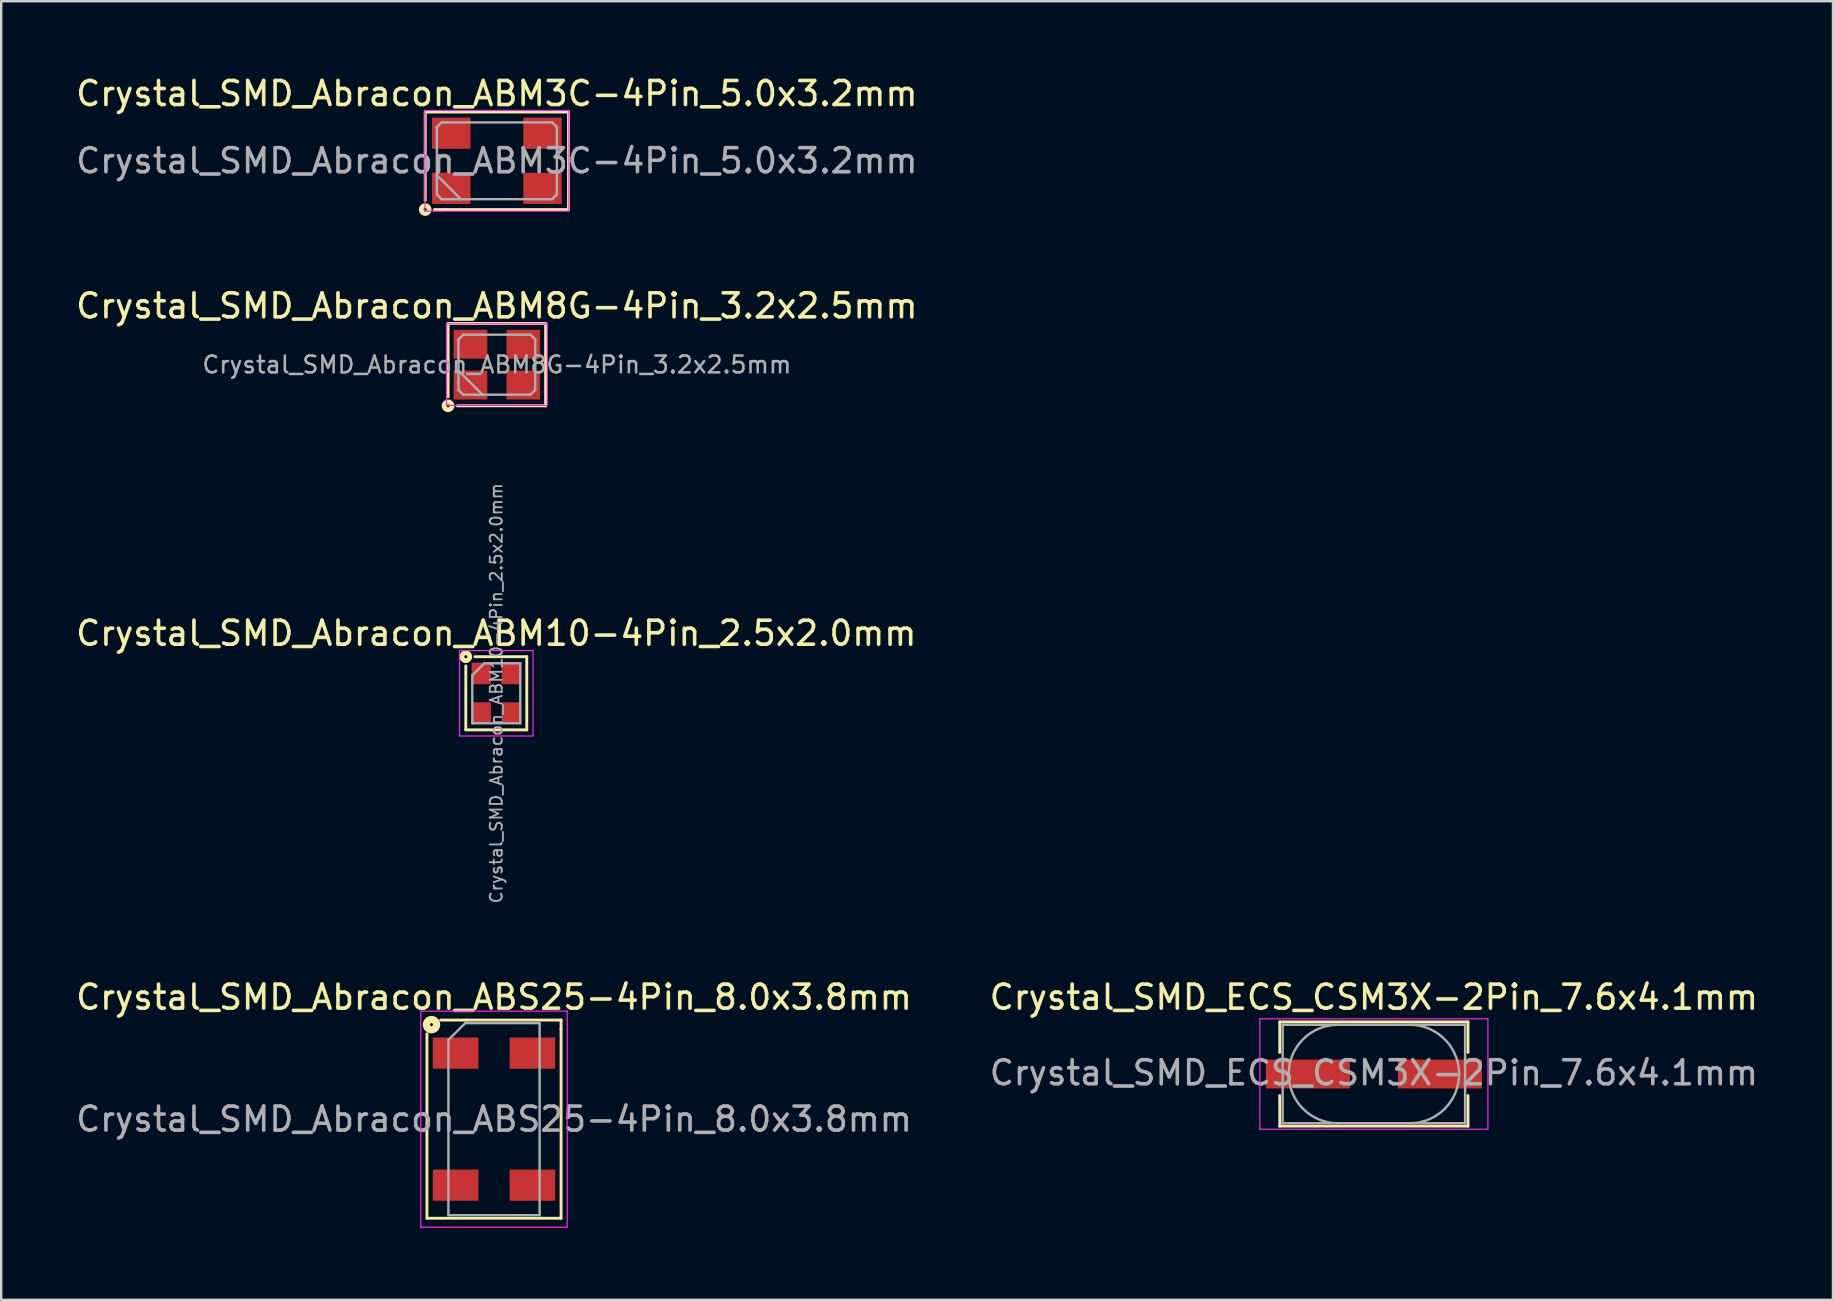
<source format=kicad_pcb>
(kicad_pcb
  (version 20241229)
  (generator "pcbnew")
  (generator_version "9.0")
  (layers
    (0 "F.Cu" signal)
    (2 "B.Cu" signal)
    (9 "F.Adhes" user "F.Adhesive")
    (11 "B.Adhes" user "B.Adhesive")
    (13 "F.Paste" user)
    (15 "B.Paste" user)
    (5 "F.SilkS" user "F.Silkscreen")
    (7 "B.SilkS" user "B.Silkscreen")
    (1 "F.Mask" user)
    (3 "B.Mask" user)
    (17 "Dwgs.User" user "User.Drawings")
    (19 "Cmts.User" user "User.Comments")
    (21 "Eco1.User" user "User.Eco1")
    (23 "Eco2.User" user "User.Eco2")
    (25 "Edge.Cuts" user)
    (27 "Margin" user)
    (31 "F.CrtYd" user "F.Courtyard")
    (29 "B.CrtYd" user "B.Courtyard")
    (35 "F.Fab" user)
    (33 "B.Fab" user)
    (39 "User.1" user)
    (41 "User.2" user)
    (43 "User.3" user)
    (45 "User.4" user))
  (footprint "Crystal_SMD_ECS_CSM3X-2Pin_7.6x4.1mm"
    (layer "F.Cu")
    (at 54.185 41.693)
    (property "Reference" "Crystal_SMD_ECS_CSM3X-2Pin_7.6x4.1mm" (at 0 -3.2 0) (layer "F.SilkS") (effects (font (size 1 1) (thickness 0.15))))
    (attr smd)
    (fp_line (start -3.92 -2.17) (end -3.92 -0.9) (stroke (width 0.12) (type solid)) (layer "F.SilkS"))
    (fp_line (start -3.92 -2.17) (end 3.92 -2.17) (stroke (width 0.12) (type solid)) (layer "F.SilkS"))
    (fp_line (start -3.92 2.17) (end -3.92 0.9) (stroke (width 0.12) (type solid)) (layer "F.SilkS"))
    (fp_line (start -3.92 2.17) (end 3.92 2.17) (stroke (width 0.12) (type solid)) (layer "F.SilkS"))
    (fp_line (start 3.92 -2.17) (end 3.92 -0.9) (stroke (width 0.12) (type solid)) (layer "F.SilkS"))
    (fp_line (start 3.92 2.17) (end 3.92 0.9) (stroke (width 0.12) (type solid)) (layer "F.SilkS"))
    (fp_line (start -4.75 -2.3) (end -4.75 2.3) (stroke (width 0.05) (type solid)) (layer "F.CrtYd"))
    (fp_line (start -4.75 -2.3) (end 4.75 -2.3) (stroke (width 0.05) (type solid)) (layer "F.CrtYd"))
    (fp_line (start -4.75 2.3) (end 4.75 2.3) (stroke (width 0.05) (type solid)) (layer "F.CrtYd"))
    (fp_line (start 4.75 -2.3) (end 4.75 2.3) (stroke (width 0.05) (type solid)) (layer "F.CrtYd"))
    (fp_line (start -3.8 -2.05) (end 3.8 -2.05) (stroke (width 0.1) (type solid)) (layer "F.Fab"))
    (fp_line (start -3.8 2.05) (end -3.8 -2.05) (stroke (width 0.1) (type solid)) (layer "F.Fab"))
    (fp_line (start 3.8 -2.05) (end 3.8 2.05) (stroke (width 0.1) (type solid)) (layer "F.Fab"))
    (fp_line (start 3.8 2.05) (end -3.8 2.05) (stroke (width 0.1) (type solid)) (layer "F.Fab"))
    (fp_arc (start -1.5 2.05) (mid -3.55 0) (end -1.5 -2.05) (stroke (width 0.1) (type solid)) (layer "F.Fab"))
    (fp_arc (start 1.5 -2.05) (mid 3.55 0) (end 1.5 2.05) (stroke (width 0.1) (type solid)) (layer "F.Fab"))
    (fp_text user "${REFERENCE}" (at 0 -0.05 0) (layer "F.Fab") (effects (font (size 1 1) (thickness 0.15))))
    (pad "1" smd rect (at -2.75 0) (size 3.5 1.2) (layers "F.Cu" "F.Mask" "F.Paste"))
    (pad "2" smd rect (at 2.75 0) (size 3.5 1.2) (layers "F.Cu" "F.Mask" "F.Paste")))
  (footprint "Crystal_SMD_Abracon_ABM3C-4Pin_5.0x3.2mm"
    (layer "F.Cu")
    (at 17.649 3.648)
    (property "Reference" "Crystal_SMD_Abracon_ABM3C-4Pin_5.0x3.2mm" (at 0 -2.8 0) (layer "F.SilkS") (effects (font (size 1 1) (thickness 0.15))))
    (attr smd)
    (fp_line (start -2.985 -2.032) (end 2.985 -2.032) (stroke (width 0.12) (type solid)) (layer "F.SilkS"))
    (fp_line (start -2.985 1.651) (end -2.985 -2.032) (stroke (width 0.12) (type solid)) (layer "F.SilkS"))
    (fp_line (start -2.603 2.032) (end -2.159 2.032) (stroke (width 0.12) (type solid)) (layer "F.SilkS"))
    (fp_line (start 2.985 -2.032) (end 2.985 2.032) (stroke (width 0.12) (type solid)) (layer "F.SilkS"))
    (fp_line (start 2.985 2.032) (end -2.159 2.032) (stroke (width 0.12) (type solid)) (layer "F.SilkS"))
    (fp_circle (center -2.985 2.032) (end -2.921 2.032) (stroke (width 0.2) (type solid)) (fill no) (layer "F.SilkS"))
    (fp_line (start -3 -2.1) (end -3 2.1) (stroke (width 0.05) (type solid)) (layer "F.CrtYd"))
    (fp_line (start -3 2.1) (end 3 2.1) (stroke (width 0.05) (type solid)) (layer "F.CrtYd"))
    (fp_line (start 3 -2.1) (end -3 -2.1) (stroke (width 0.05) (type solid)) (layer "F.CrtYd"))
    (fp_line (start 3 2.1) (end 3 -2.1) (stroke (width 0.05) (type solid)) (layer "F.CrtYd"))
    (fp_line (start -2.5 -1.4) (end -2.3 -1.6) (stroke (width 0.1) (type solid)) (layer "F.Fab"))
    (fp_line (start -2.5 0.6) (end -1.5 1.6) (stroke (width 0.1) (type solid)) (layer "F.Fab"))
    (fp_line (start -2.5 1.4) (end -2.5 -1.4) (stroke (width 0.1) (type solid)) (layer "F.Fab"))
    (fp_line (start -2.3 -1.6) (end 2.3 -1.6) (stroke (width 0.1) (type solid)) (layer "F.Fab"))
    (fp_line (start -2.3 1.6) (end -2.5 1.4) (stroke (width 0.1) (type solid)) (layer "F.Fab"))
    (fp_line (start 2.3 -1.6) (end 2.5 -1.4) (stroke (width 0.1) (type solid)) (layer "F.Fab"))
    (fp_line (start 2.3 1.6) (end -2.3 1.6) (stroke (width 0.1) (type solid)) (layer "F.Fab"))
    (fp_line (start 2.5 -1.4) (end 2.5 1.4) (stroke (width 0.1) (type solid)) (layer "F.Fab"))
    (fp_line (start 2.5 1.4) (end 2.3 1.6) (stroke (width 0.1) (type solid)) (layer "F.Fab"))
    (fp_text user "${REFERENCE}" (at 0 0 0) (layer "F.Fab") (effects (font (size 1 1) (thickness 0.15))))
    (pad "1" smd rect (at -1.9 1.15) (size 1.6 1.3) (layers "F.Cu" "F.Mask" "F.Paste"))
    (pad "2" smd rect (at 1.9 1.15) (size 1.6 1.3) (layers "F.Cu" "F.Mask" "F.Paste"))
    (pad "3" smd rect (at 1.9 -1.15) (size 1.6 1.3) (layers "F.Cu" "F.Mask" "F.Paste"))
    (pad "4" smd rect (at -1.9 -1.15) (size 1.6 1.3) (layers "F.Cu" "F.Mask" "F.Paste")))
  (footprint "Crystal_SMD_Abracon_ABM10-4Pin_2.5x2.0mm"
    (layer "F.Cu")
    (at 17.625 25.832)
    (property "Reference" "Crystal_SMD_Abracon_ABM10-4Pin_2.5x2.0mm" (at 0 -2.5 0) (layer "F.SilkS") (effects (font (size 1 1) (thickness 0.15))))
    (attr smd)
    (fp_line (start -1.27 -1.143) (end -1.27 1.524) (stroke (width 0.12) (type solid)) (layer "F.SilkS"))
    (fp_line (start -1.27 1.524) (end 1.27 1.524) (stroke (width 0.12) (type solid)) (layer "F.SilkS"))
    (fp_line (start 1.27 -1.524) (end -0.889 -1.524) (stroke (width 0.12) (type solid)) (layer "F.SilkS"))
    (fp_line (start 1.27 1.524) (end 1.27 -1.524) (stroke (width 0.12) (type solid)) (layer "F.SilkS"))
    (fp_circle (center -1.27 -1.524) (end -1.206 -1.524) (stroke (width 0.2) (type solid)) (fill no) (layer "F.SilkS"))
    (fp_line (start -1.53 -1.78) (end -1.53 1.78) (stroke (width 0.05) (type solid)) (layer "F.CrtYd"))
    (fp_line (start -1.53 1.78) (end 1.53 1.78) (stroke (width 0.05) (type solid)) (layer "F.CrtYd"))
    (fp_line (start 1.53 -1.78) (end -1.53 -1.78) (stroke (width 0.05) (type solid)) (layer "F.CrtYd"))
    (fp_line (start 1.53 -1.78) (end 1.53 1.78) (stroke (width 0.05) (type solid)) (layer "F.CrtYd"))
    (fp_line (start -1 -0.75) (end -1 1.25) (stroke (width 0.1) (type solid)) (layer "F.Fab"))
    (fp_line (start -1 1.25) (end 1 1.25) (stroke (width 0.1) (type solid)) (layer "F.Fab"))
    (fp_line (start -0.5 -1.25) (end -1 -0.75) (stroke (width 0.1) (type solid)) (layer "F.Fab"))
    (fp_line (start -0.5 -1.25) (end 1 -1.25) (stroke (width 0.1) (type solid)) (layer "F.Fab"))
    (fp_line (start 1 -1.25) (end 1 1.25) (stroke (width 0.1) (type solid)) (layer "F.Fab"))
    (fp_text user "${REFERENCE}" (at 0 0 90) (layer "F.Fab") (effects (font (size 0.5 0.5) (thickness 0.075))))
    (pad "1" smd rect (at -0.625 -0.825) (size 0.8 0.9) (layers "F.Cu" "F.Mask" "F.Paste"))
    (pad "2" smd rect (at -0.625 0.825) (size 0.8 0.9) (layers "F.Cu" "F.Mask" "F.Paste"))
    (pad "3" smd rect (at 0.625 0.825) (size 0.8 0.9) (layers "F.Cu" "F.Mask" "F.Paste"))
    (pad "4" smd rect (at 0.625 -0.825) (size 0.8 0.9) (layers "F.Cu" "F.Mask" "F.Paste")))
  (footprint "Crystal_SMD_Abracon_ABS25-4Pin_8.0x3.8mm"
    (layer "F.Cu")
    (at 17.53 43.573)
    (property "Reference" "Crystal_SMD_Abracon_ABS25-4Pin_8.0x3.8mm" (at 0 -5.08 0) (layer "F.SilkS") (effects (font (size 1 1) (thickness 0.15))))
    (attr smd)
    (fp_line (start -2.794 4.128) (end -2.794 -3.556) (stroke (width 0.12) (type solid)) (layer "F.SilkS"))
    (fp_line (start -2.794 4.128) (end 2.794 4.128) (stroke (width 0.12) (type solid)) (layer "F.SilkS"))
    (fp_line (start -1.143 -4.128) (end -2.223 -4.128) (stroke (width 0.12) (type solid)) (layer "F.SilkS"))
    (fp_line (start 2.794 -4.128) (end -1.143 -4.128) (stroke (width 0.12) (type solid)) (layer "F.SilkS"))
    (fp_line (start 2.794 -3.747) (end 2.794 -4.128) (stroke (width 0.12) (type solid)) (layer "F.SilkS"))
    (fp_line (start 2.794 4.128) (end 2.794 -3.747) (stroke (width 0.12) (type solid)) (layer "F.SilkS"))
    (fp_circle (center -2.603 -3.937) (end -2.54 -3.937) (stroke (width 0.3) (type solid)) (fill no) (layer "F.SilkS"))
    (fp_line (start -3.05 -4.5) (end -3.05 4.5) (stroke (width 0.05) (type solid)) (layer "F.CrtYd"))
    (fp_line (start -3.05 4.5) (end 3.05 4.5) (stroke (width 0.05) (type solid)) (layer "F.CrtYd"))
    (fp_line (start 3.05 -4.5) (end -3.05 -4.5) (stroke (width 0.05) (type solid)) (layer "F.CrtYd"))
    (fp_line (start 3.05 4.5) (end 3.05 -4.5) (stroke (width 0.05) (type solid)) (layer "F.CrtYd"))
    (fp_line (start -1.9 -3.3) (end -1.2 -4) (stroke (width 0.1) (type solid)) (layer "F.Fab"))
    (fp_line (start -1.9 4) (end -1.9 -3.3) (stroke (width 0.1) (type solid)) (layer "F.Fab"))
    (fp_line (start -1.2 -4) (end 1.9 -4) (stroke (width 0.1) (type solid)) (layer "F.Fab"))
    (fp_line (start 1.9 -4) (end 1.9 4) (stroke (width 0.1) (type solid)) (layer "F.Fab"))
    (fp_line (start 1.9 4) (end -1.9 4) (stroke (width 0.1) (type solid)) (layer "F.Fab"))
    (fp_text user "${REFERENCE}" (at 0 0 0) (layer "F.Fab") (effects (font (size 1 1) (thickness 0.15))))
    (pad "1" smd rect (at -1.6 -2.75 270) (size 1.3 1.9) (layers "F.Cu" "F.Mask" "F.Paste"))
    (pad "2" smd rect (at -1.6 2.75 270) (size 1.3 1.9) (layers "F.Cu" "F.Mask" "F.Paste"))
    (pad "3" smd rect (at 1.6 2.75 270) (size 1.3 1.9) (layers "F.Cu" "F.Mask" "F.Paste"))
    (pad "4" smd rect (at 1.6 -2.75 270) (size 1.3 1.9) (layers "F.Cu" "F.Mask" "F.Paste")))
  (footprint "Crystal_SMD_Abracon_ABM8G-4Pin_3.2x2.5mm"
    (layer "F.Cu")
    (at 17.649 12.142)
    (property "Reference" "Crystal_SMD_Abracon_ABM8G-4Pin_3.2x2.5mm" (at 0 -2.45 0) (layer "F.SilkS") (effects (font (size 1 1) (thickness 0.15))))
    (attr smd)
    (fp_line (start -2.032 -1.714) (end 2.032 -1.714) (stroke (width 0.12) (type solid)) (layer "F.SilkS"))
    (fp_line (start -2.032 -1.651) (end -2.032 -1.714) (stroke (width 0.12) (type solid)) (layer "F.SilkS"))
    (fp_line (start -2.032 1.333) (end -2.032 -1.651) (stroke (width 0.12) (type solid)) (layer "F.SilkS"))
    (fp_line (start 2.032 -1.714) (end 2.032 1.714) (stroke (width 0.12) (type solid)) (layer "F.SilkS"))
    (fp_line (start 2.032 1.714) (end -1.651 1.714) (stroke (width 0.12) (type solid)) (layer "F.SilkS"))
    (fp_circle (center -2.032 1.714) (end -1.968 1.714) (stroke (width 0.2) (type solid)) (fill no) (layer "F.SilkS"))
    (fp_line (start -2.1 -1.7) (end -2.1 1.7) (stroke (width 0.05) (type solid)) (layer "F.CrtYd"))
    (fp_line (start -2.1 1.7) (end 2.1 1.7) (stroke (width 0.05) (type solid)) (layer "F.CrtYd"))
    (fp_line (start 2.1 -1.7) (end -2.1 -1.7) (stroke (width 0.05) (type solid)) (layer "F.CrtYd"))
    (fp_line (start 2.1 1.7) (end 2.1 -1.7) (stroke (width 0.05) (type solid)) (layer "F.CrtYd"))
    (fp_line (start -1.6 -1.05) (end -1.4 -1.25) (stroke (width 0.1) (type solid)) (layer "F.Fab"))
    (fp_line (start -1.6 0.25) (end -0.6 1.25) (stroke (width 0.1) (type solid)) (layer "F.Fab"))
    (fp_line (start -1.6 1.05) (end -1.6 -1.05) (stroke (width 0.1) (type solid)) (layer "F.Fab"))
    (fp_line (start -1.4 -1.25) (end 1.4 -1.25) (stroke (width 0.1) (type solid)) (layer "F.Fab"))
    (fp_line (start -1.4 1.25) (end -1.6 1.05) (stroke (width 0.1) (type solid)) (layer "F.Fab"))
    (fp_line (start 1.4 -1.25) (end 1.6 -1.05) (stroke (width 0.1) (type solid)) (layer "F.Fab"))
    (fp_line (start 1.4 1.25) (end -1.4 1.25) (stroke (width 0.1) (type solid)) (layer "F.Fab"))
    (fp_line (start 1.6 -1.05) (end 1.6 1.05) (stroke (width 0.1) (type solid)) (layer "F.Fab"))
    (fp_line (start 1.6 1.05) (end 1.4 1.25) (stroke (width 0.1) (type solid)) (layer "F.Fab"))
    (fp_text user "${REFERENCE}" (at 0 0 0) (layer "F.Fab") (effects (font (size 0.7 0.7) (thickness 0.105))))
    (pad "1" smd rect (at -1.1 0.85) (size 1.4 1.2) (layers "F.Cu" "F.Mask" "F.Paste"))
    (pad "2" smd rect (at 1.1 0.85) (size 1.4 1.2) (layers "F.Cu" "F.Mask" "F.Paste"))
    (pad "3" smd rect (at 1.1 -0.85) (size 1.4 1.2) (layers "F.Cu" "F.Mask" "F.Paste"))
    (pad "4" smd rect (at -1.1 -0.85) (size 1.4 1.2) (layers "F.Cu" "F.Mask" "F.Paste")))
  (gr_rect
    (start -3 -3)
    (end 73.31 51.098)
    (stroke (width 0.1) (type default))
    (fill no)
    (layer "Edge.Cuts")))
</source>
